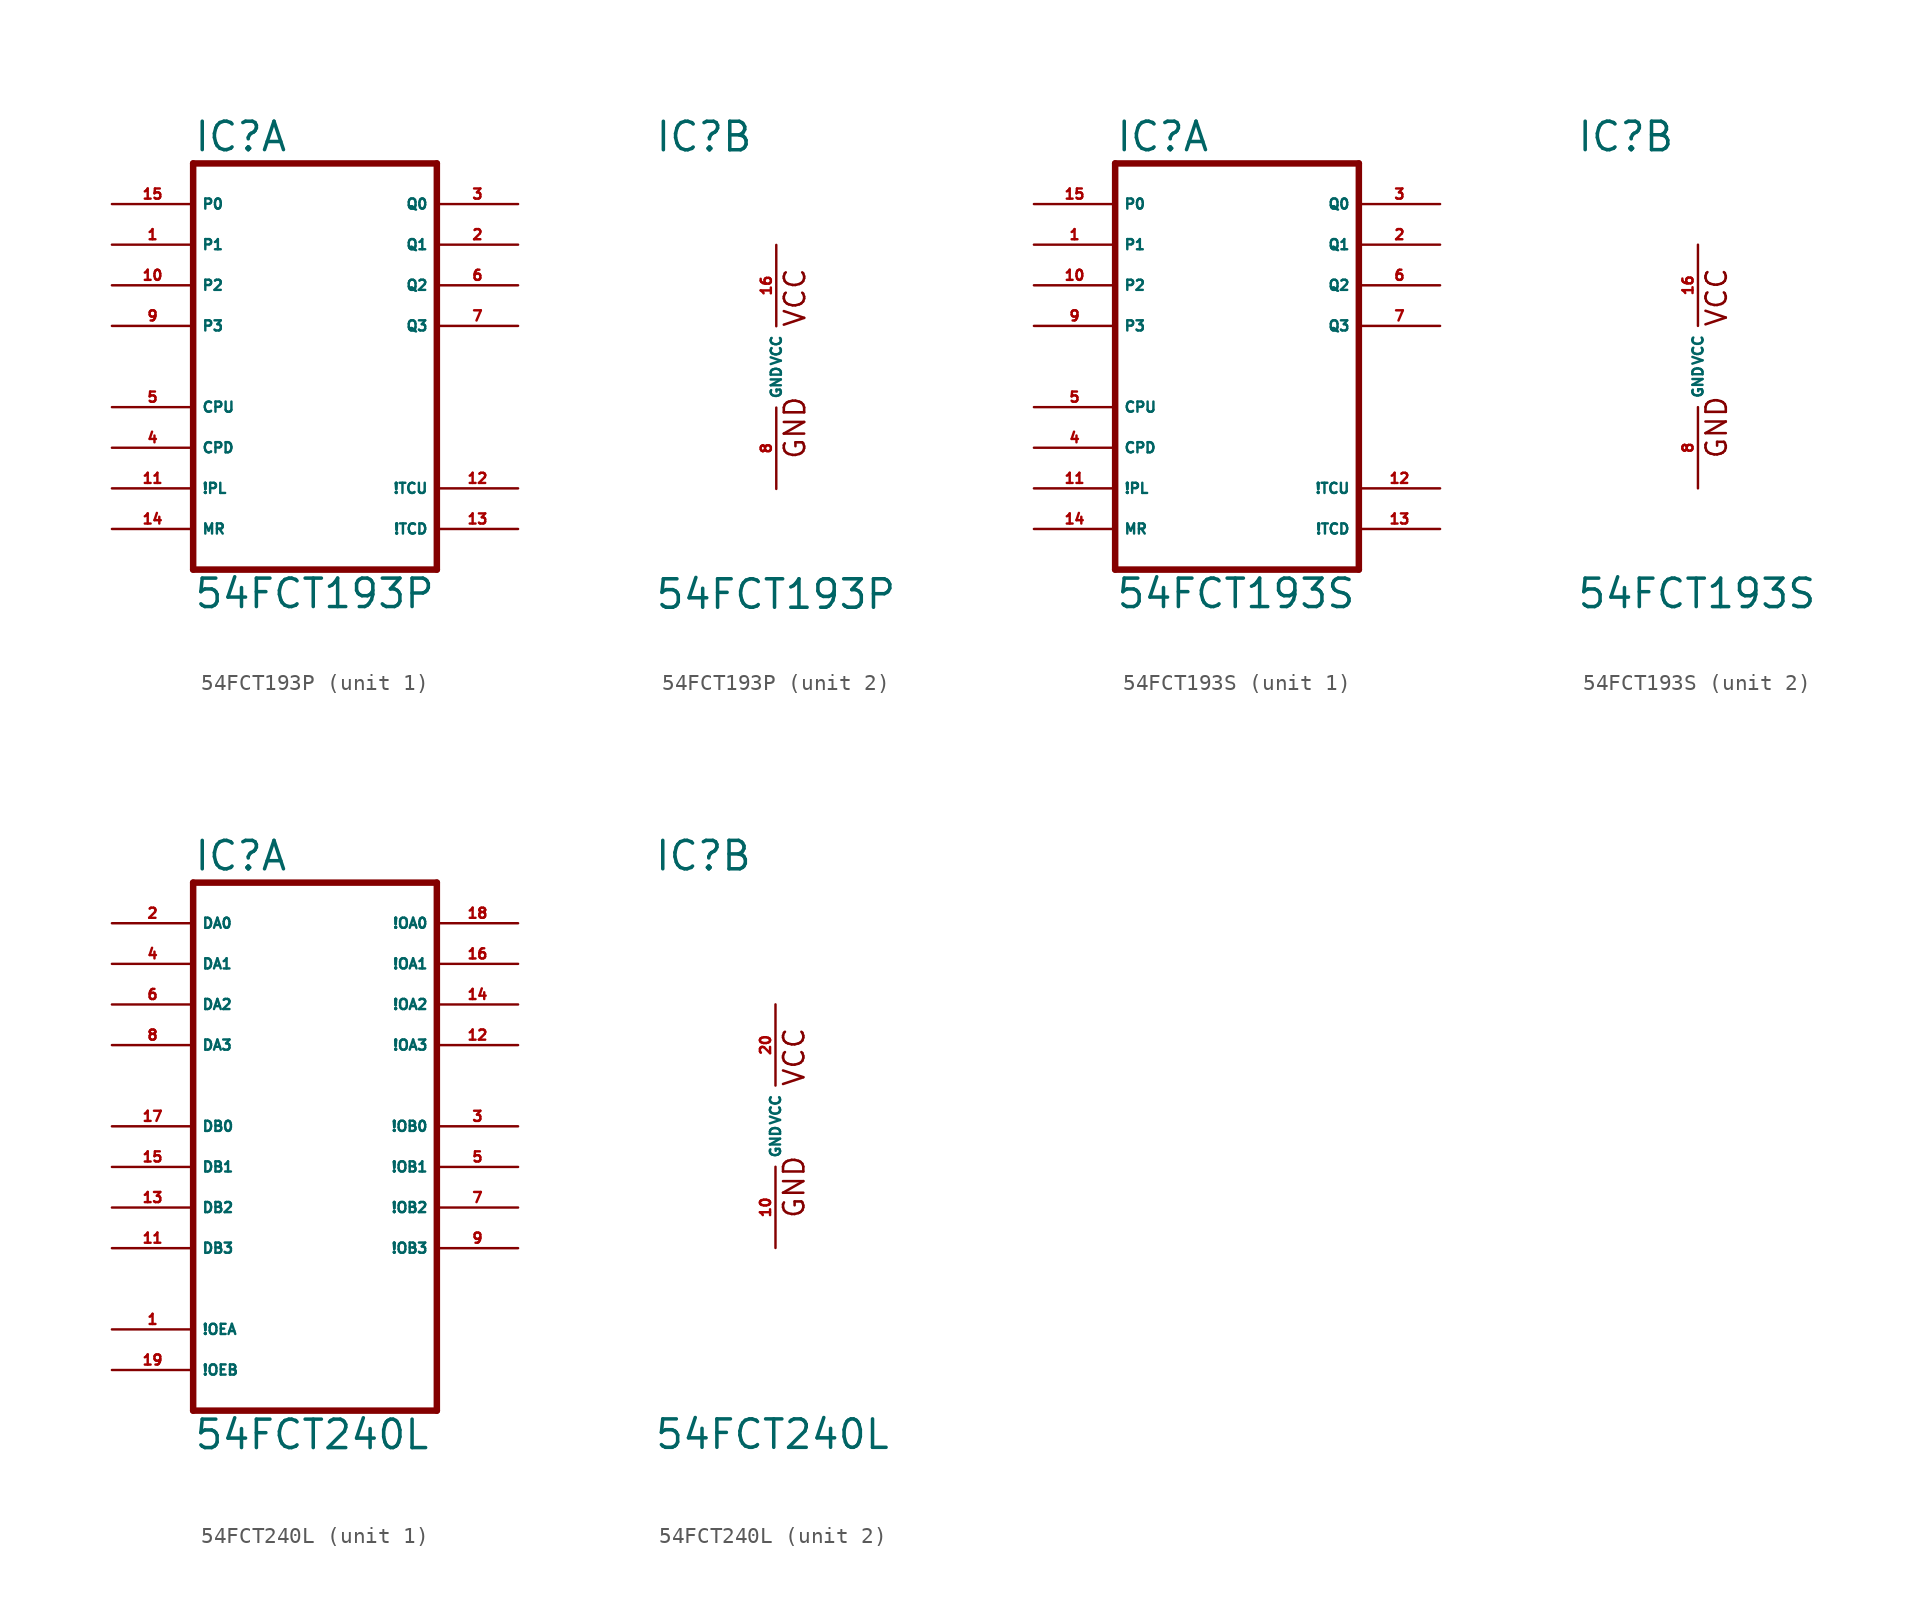
<source format=kicad_sym>
(kicad_symbol_lib
  (version 20220914)
  (generator Eagle2Kicad)
  (symbol "54FCT193P"
    (property "Reference" "IC"
      (at -7.62 13.335 0)
      (effects (font (size 1.778 1.778) (thickness 0.22)) (justify left bottom)))
    (property "Value" "54FCT193P"
      (at -7.62 -15.24 0)
      (effects (font (size 1.778 1.778) (thickness 0.22)) (justify left bottom)))
    (symbol "54FCT193P_1_0"
      (polyline (pts (xy -7.62 -12.7) (xy 7.62 -12.7)) (stroke (width 0.406) (type default)) (fill (type none)))
      (polyline (pts (xy 7.62 -12.7) (xy 7.62 12.7)) (stroke (width 0.406) (type default)) (fill (type none)))
      (polyline (pts (xy 7.62 12.7) (xy -7.62 12.7)) (stroke (width 0.406) (type default)) (fill (type none)))
      (polyline (pts (xy -7.62 12.7) (xy -7.62 -12.7)) (stroke (width 0.406) (type default)) (fill (type none)))
      (pin input line (at -12.7 10.16 0) (length 5.08) (name "P0" (effects (font (size 0.635 0.635) (thickness 0.08)) (justify left bottom))) (number "15" (effects (font (size 0.635 0.635) (thickness 0.08)) (justify left bottom))))
      (pin input line (at -12.7 7.62 0) (length 5.08) (name "P1" (effects (font (size 0.635 0.635) (thickness 0.08)) (justify left bottom))) (number "1" (effects (font (size 0.635 0.635) (thickness 0.08)) (justify left bottom))))
      (pin input line (at -12.7 5.08 0) (length 5.08) (name "P2" (effects (font (size 0.635 0.635) (thickness 0.08)) (justify left bottom))) (number "10" (effects (font (size 0.635 0.635) (thickness 0.08)) (justify left bottom))))
      (pin input line (at -12.7 2.54 0) (length 5.08) (name "P3" (effects (font (size 0.635 0.635) (thickness 0.08)) (justify left bottom))) (number "9" (effects (font (size 0.635 0.635) (thickness 0.08)) (justify left bottom))))
      (pin input line (at -12.7 -2.54 0) (length 5.08) (name "CPU" (effects (font (size 0.635 0.635) (thickness 0.08)) (justify left bottom))) (number "5" (effects (font (size 0.635 0.635) (thickness 0.08)) (justify left bottom))))
      (pin input line (at -12.7 -5.08 0) (length 5.08) (name "CPD" (effects (font (size 0.635 0.635) (thickness 0.08)) (justify left bottom))) (number "4" (effects (font (size 0.635 0.635) (thickness 0.08)) (justify left bottom))))
      (pin input line (at -12.7 -7.62 0) (length 5.08) (name "!PL" (effects (font (size 0.635 0.635) (thickness 0.08)) (justify left bottom))) (number "11" (effects (font (size 0.635 0.635) (thickness 0.08)) (justify left bottom))))
      (pin input line (at -12.7 -10.16 0) (length 5.08) (name "MR" (effects (font (size 0.635 0.635) (thickness 0.08)) (justify left bottom))) (number "14" (effects (font (size 0.635 0.635) (thickness 0.08)) (justify left bottom))))
      (pin output line (at 12.7 10.16 180) (length 5.08) (name "Q0" (effects (font (size 0.635 0.635) (thickness 0.08)) (justify left bottom))) (number "3" (effects (font (size 0.635 0.635) (thickness 0.08)) (justify left bottom))))
      (pin output line (at 12.7 7.62 180) (length 5.08) (name "Q1" (effects (font (size 0.635 0.635) (thickness 0.08)) (justify left bottom))) (number "2" (effects (font (size 0.635 0.635) (thickness 0.08)) (justify left bottom))))
      (pin output line (at 12.7 5.08 180) (length 5.08) (name "Q2" (effects (font (size 0.635 0.635) (thickness 0.08)) (justify left bottom))) (number "6" (effects (font (size 0.635 0.635) (thickness 0.08)) (justify left bottom))))
      (pin output line (at 12.7 2.54 180) (length 5.08) (name "Q3" (effects (font (size 0.635 0.635) (thickness 0.08)) (justify left bottom))) (number "7" (effects (font (size 0.635 0.635) (thickness 0.08)) (justify left bottom))))
      (pin output line (at 12.7 -10.16 180) (length 5.08) (name "!TCD" (effects (font (size 0.635 0.635) (thickness 0.08)) (justify left bottom))) (number "13" (effects (font (size 0.635 0.635) (thickness 0.08)) (justify left bottom))))
      (pin output line (at 12.7 -7.62 180) (length 5.08) (name "!TCU" (effects (font (size 0.635 0.635) (thickness 0.08)) (justify left bottom))) (number "12" (effects (font (size 0.635 0.635) (thickness 0.08)) (justify left bottom)))))
    (symbol "54FCT193P_2_0"
      (text "GND" (at 1.905 -5.842 900) (effects (font (size 1.27 1.27) (thickness 0.16)) (justify left bottom)))
      (text "VCC" (at 1.905 2.413 900) (effects (font (size 1.27 1.27) (thickness 0.16)) (justify left bottom)))
      (pin unspecified line (at 0 7.62 270) (length 5.08) (name "VCC" (effects (font (size 0.635 0.635) (thickness 0.08)) (justify left bottom))) (number "16" (effects (font (size 0.635 0.635) (thickness 0.08)) (justify left bottom))))
      (pin unspecified line (at 0 -7.62 90) (length 5.08) (name "GND" (effects (font (size 0.635 0.635) (thickness 0.08)) (justify left bottom))) (number "8" (effects (font (size 0.635 0.635) (thickness 0.08)) (justify left bottom))))))
  (symbol "54FCT193S"
    (property "Reference" "IC"
      (at -7.62 13.335 0)
      (effects (font (size 1.778 1.778) (thickness 0.22)) (justify left bottom)))
    (property "Value" "54FCT193S"
      (at -7.62 -15.24 0)
      (effects (font (size 1.778 1.778) (thickness 0.22)) (justify left bottom)))
    (symbol "54FCT193S_1_0"
      (polyline (pts (xy -7.62 -12.7) (xy 7.62 -12.7)) (stroke (width 0.406) (type default)) (fill (type none)))
      (polyline (pts (xy 7.62 -12.7) (xy 7.62 12.7)) (stroke (width 0.406) (type default)) (fill (type none)))
      (polyline (pts (xy 7.62 12.7) (xy -7.62 12.7)) (stroke (width 0.406) (type default)) (fill (type none)))
      (polyline (pts (xy -7.62 12.7) (xy -7.62 -12.7)) (stroke (width 0.406) (type default)) (fill (type none)))
      (pin input line (at -12.7 10.16 0) (length 5.08) (name "P0" (effects (font (size 0.635 0.635) (thickness 0.08)) (justify left bottom))) (number "15" (effects (font (size 0.635 0.635) (thickness 0.08)) (justify left bottom))))
      (pin input line (at -12.7 7.62 0) (length 5.08) (name "P1" (effects (font (size 0.635 0.635) (thickness 0.08)) (justify left bottom))) (number "1" (effects (font (size 0.635 0.635) (thickness 0.08)) (justify left bottom))))
      (pin input line (at -12.7 5.08 0) (length 5.08) (name "P2" (effects (font (size 0.635 0.635) (thickness 0.08)) (justify left bottom))) (number "10" (effects (font (size 0.635 0.635) (thickness 0.08)) (justify left bottom))))
      (pin input line (at -12.7 2.54 0) (length 5.08) (name "P3" (effects (font (size 0.635 0.635) (thickness 0.08)) (justify left bottom))) (number "9" (effects (font (size 0.635 0.635) (thickness 0.08)) (justify left bottom))))
      (pin input line (at -12.7 -2.54 0) (length 5.08) (name "CPU" (effects (font (size 0.635 0.635) (thickness 0.08)) (justify left bottom))) (number "5" (effects (font (size 0.635 0.635) (thickness 0.08)) (justify left bottom))))
      (pin input line (at -12.7 -5.08 0) (length 5.08) (name "CPD" (effects (font (size 0.635 0.635) (thickness 0.08)) (justify left bottom))) (number "4" (effects (font (size 0.635 0.635) (thickness 0.08)) (justify left bottom))))
      (pin input line (at -12.7 -7.62 0) (length 5.08) (name "!PL" (effects (font (size 0.635 0.635) (thickness 0.08)) (justify left bottom))) (number "11" (effects (font (size 0.635 0.635) (thickness 0.08)) (justify left bottom))))
      (pin input line (at -12.7 -10.16 0) (length 5.08) (name "MR" (effects (font (size 0.635 0.635) (thickness 0.08)) (justify left bottom))) (number "14" (effects (font (size 0.635 0.635) (thickness 0.08)) (justify left bottom))))
      (pin output line (at 12.7 10.16 180) (length 5.08) (name "Q0" (effects (font (size 0.635 0.635) (thickness 0.08)) (justify left bottom))) (number "3" (effects (font (size 0.635 0.635) (thickness 0.08)) (justify left bottom))))
      (pin output line (at 12.7 7.62 180) (length 5.08) (name "Q1" (effects (font (size 0.635 0.635) (thickness 0.08)) (justify left bottom))) (number "2" (effects (font (size 0.635 0.635) (thickness 0.08)) (justify left bottom))))
      (pin output line (at 12.7 5.08 180) (length 5.08) (name "Q2" (effects (font (size 0.635 0.635) (thickness 0.08)) (justify left bottom))) (number "6" (effects (font (size 0.635 0.635) (thickness 0.08)) (justify left bottom))))
      (pin output line (at 12.7 2.54 180) (length 5.08) (name "Q3" (effects (font (size 0.635 0.635) (thickness 0.08)) (justify left bottom))) (number "7" (effects (font (size 0.635 0.635) (thickness 0.08)) (justify left bottom))))
      (pin output line (at 12.7 -10.16 180) (length 5.08) (name "!TCD" (effects (font (size 0.635 0.635) (thickness 0.08)) (justify left bottom))) (number "13" (effects (font (size 0.635 0.635) (thickness 0.08)) (justify left bottom))))
      (pin output line (at 12.7 -7.62 180) (length 5.08) (name "!TCU" (effects (font (size 0.635 0.635) (thickness 0.08)) (justify left bottom))) (number "12" (effects (font (size 0.635 0.635) (thickness 0.08)) (justify left bottom)))))
    (symbol "54FCT193S_2_0"
      (text "GND" (at 1.905 -5.842 900) (effects (font (size 1.27 1.27) (thickness 0.16)) (justify left bottom)))
      (text "VCC" (at 1.905 2.413 900) (effects (font (size 1.27 1.27) (thickness 0.16)) (justify left bottom)))
      (pin unspecified line (at 0 7.62 270) (length 5.08) (name "VCC" (effects (font (size 0.635 0.635) (thickness 0.08)) (justify left bottom))) (number "16" (effects (font (size 0.635 0.635) (thickness 0.08)) (justify left bottom))))
      (pin unspecified line (at 0 -7.62 90) (length 5.08) (name "GND" (effects (font (size 0.635 0.635) (thickness 0.08)) (justify left bottom))) (number "8" (effects (font (size 0.635 0.635) (thickness 0.08)) (justify left bottom))))))
  (symbol "54FCT240L"
    (property "Reference" "IC"
      (at -7.62 15.875 0)
      (effects (font (size 1.778 1.778) (thickness 0.22)) (justify left bottom)))
    (property "Value" "54FCT240L"
      (at -7.62 -20.32 0)
      (effects (font (size 1.778 1.778) (thickness 0.22)) (justify left bottom)))
    (symbol "54FCT240L_1_0"
      (polyline (pts (xy -7.62 -17.78) (xy 7.62 -17.78)) (stroke (width 0.406) (type default)) (fill (type none)))
      (polyline (pts (xy 7.62 -17.78) (xy 7.62 15.24)) (stroke (width 0.406) (type default)) (fill (type none)))
      (polyline (pts (xy 7.62 15.24) (xy -7.62 15.24)) (stroke (width 0.406) (type default)) (fill (type none)))
      (polyline (pts (xy -7.62 15.24) (xy -7.62 -17.78)) (stroke (width 0.406) (type default)) (fill (type none)))
      (pin input line (at -12.7 12.7 0) (length 5.08) (name "DA0" (effects (font (size 0.635 0.635) (thickness 0.08)) (justify left bottom))) (number "2" (effects (font (size 0.635 0.635) (thickness 0.08)) (justify left bottom))))
      (pin input line (at -12.7 10.16 0) (length 5.08) (name "DA1" (effects (font (size 0.635 0.635) (thickness 0.08)) (justify left bottom))) (number "4" (effects (font (size 0.635 0.635) (thickness 0.08)) (justify left bottom))))
      (pin input line (at -12.7 7.62 0) (length 5.08) (name "DA2" (effects (font (size 0.635 0.635) (thickness 0.08)) (justify left bottom))) (number "6" (effects (font (size 0.635 0.635) (thickness 0.08)) (justify left bottom))))
      (pin input line (at -12.7 5.08 0) (length 5.08) (name "DA3" (effects (font (size 0.635 0.635) (thickness 0.08)) (justify left bottom))) (number "8" (effects (font (size 0.635 0.635) (thickness 0.08)) (justify left bottom))))
      (pin input line (at -12.7 0 0) (length 5.08) (name "DB0" (effects (font (size 0.635 0.635) (thickness 0.08)) (justify left bottom))) (number "17" (effects (font (size 0.635 0.635) (thickness 0.08)) (justify left bottom))))
      (pin input line (at -12.7 -2.54 0) (length 5.08) (name "DB1" (effects (font (size 0.635 0.635) (thickness 0.08)) (justify left bottom))) (number "15" (effects (font (size 0.635 0.635) (thickness 0.08)) (justify left bottom))))
      (pin input line (at -12.7 -5.08 0) (length 5.08) (name "DB2" (effects (font (size 0.635 0.635) (thickness 0.08)) (justify left bottom))) (number "13" (effects (font (size 0.635 0.635) (thickness 0.08)) (justify left bottom))))
      (pin input line (at -12.7 -7.62 0) (length 5.08) (name "DB3" (effects (font (size 0.635 0.635) (thickness 0.08)) (justify left bottom))) (number "11" (effects (font (size 0.635 0.635) (thickness 0.08)) (justify left bottom))))
      (pin input line (at -12.7 -12.7 0) (length 5.08) (name "!OEA" (effects (font (size 0.635 0.635) (thickness 0.08)) (justify left bottom))) (number "1" (effects (font (size 0.635 0.635) (thickness 0.08)) (justify left bottom))))
      (pin input line (at -12.7 -15.24 0) (length 5.08) (name "!OEB" (effects (font (size 0.635 0.635) (thickness 0.08)) (justify left bottom))) (number "19" (effects (font (size 0.635 0.635) (thickness 0.08)) (justify left bottom))))
      (pin output line (at 12.7 12.7 180) (length 5.08) (name "!OA0" (effects (font (size 0.635 0.635) (thickness 0.08)) (justify left bottom))) (number "18" (effects (font (size 0.635 0.635) (thickness 0.08)) (justify left bottom))))
      (pin output line (at 12.7 10.16 180) (length 5.08) (name "!OA1" (effects (font (size 0.635 0.635) (thickness 0.08)) (justify left bottom))) (number "16" (effects (font (size 0.635 0.635) (thickness 0.08)) (justify left bottom))))
      (pin output line (at 12.7 7.62 180) (length 5.08) (name "!OA2" (effects (font (size 0.635 0.635) (thickness 0.08)) (justify left bottom))) (number "14" (effects (font (size 0.635 0.635) (thickness 0.08)) (justify left bottom))))
      (pin output line (at 12.7 5.08 180) (length 5.08) (name "!OA3" (effects (font (size 0.635 0.635) (thickness 0.08)) (justify left bottom))) (number "12" (effects (font (size 0.635 0.635) (thickness 0.08)) (justify left bottom))))
      (pin output line (at 12.7 0 180) (length 5.08) (name "!OB0" (effects (font (size 0.635 0.635) (thickness 0.08)) (justify left bottom))) (number "3" (effects (font (size 0.635 0.635) (thickness 0.08)) (justify left bottom))))
      (pin output line (at 12.7 -2.54 180) (length 5.08) (name "!OB1" (effects (font (size 0.635 0.635) (thickness 0.08)) (justify left bottom))) (number "5" (effects (font (size 0.635 0.635) (thickness 0.08)) (justify left bottom))))
      (pin output line (at 12.7 -5.08 180) (length 5.08) (name "!OB2" (effects (font (size 0.635 0.635) (thickness 0.08)) (justify left bottom))) (number "7" (effects (font (size 0.635 0.635) (thickness 0.08)) (justify left bottom))))
      (pin output line (at 12.7 -7.62 180) (length 5.08) (name "!OB3" (effects (font (size 0.635 0.635) (thickness 0.08)) (justify left bottom))) (number "9" (effects (font (size 0.635 0.635) (thickness 0.08)) (justify left bottom)))))
    (symbol "54FCT240L_2_0"
      (text "GND" (at 1.905 -5.842 900) (effects (font (size 1.27 1.27) (thickness 0.16)) (justify left bottom)))
      (text "VCC" (at 1.905 2.413 900) (effects (font (size 1.27 1.27) (thickness 0.16)) (justify left bottom)))
      (pin unspecified line (at 0 7.62 270) (length 5.08) (name "VCC" (effects (font (size 0.635 0.635) (thickness 0.08)) (justify left bottom))) (number "20" (effects (font (size 0.635 0.635) (thickness 0.08)) (justify left bottom))))
      (pin unspecified line (at 0 -7.62 90) (length 5.08) (name "GND" (effects (font (size 0.635 0.635) (thickness 0.08)) (justify left bottom))) (number "10" (effects (font (size 0.635 0.635) (thickness 0.08)) (justify left bottom)))))))
</source>
